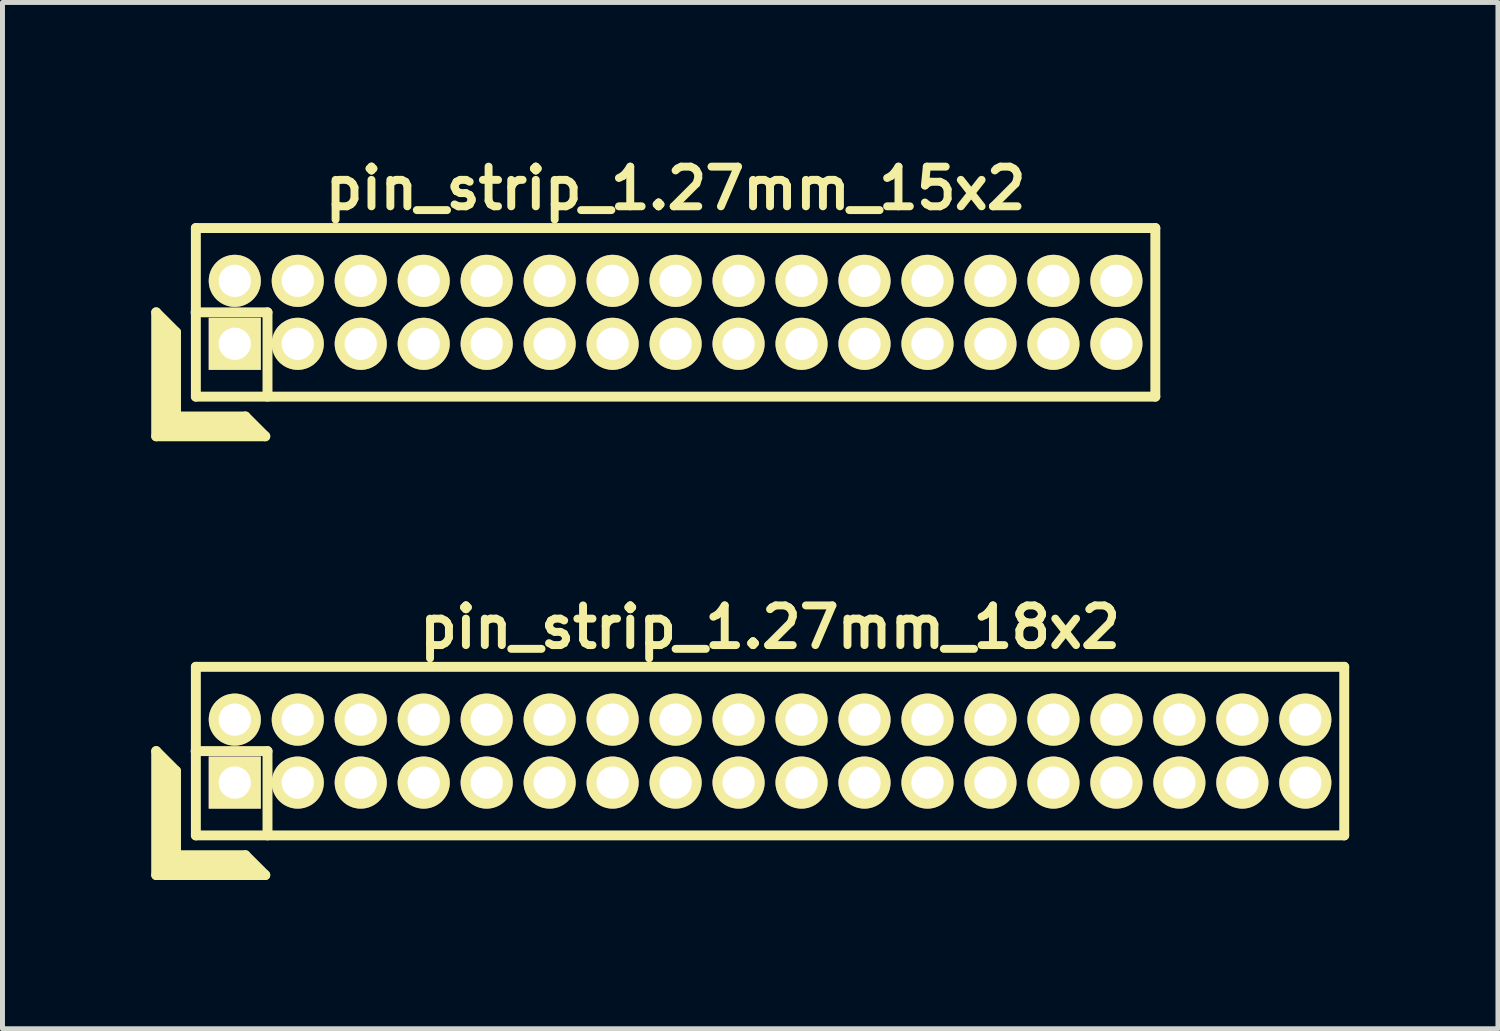
<source format=kicad_pcb>
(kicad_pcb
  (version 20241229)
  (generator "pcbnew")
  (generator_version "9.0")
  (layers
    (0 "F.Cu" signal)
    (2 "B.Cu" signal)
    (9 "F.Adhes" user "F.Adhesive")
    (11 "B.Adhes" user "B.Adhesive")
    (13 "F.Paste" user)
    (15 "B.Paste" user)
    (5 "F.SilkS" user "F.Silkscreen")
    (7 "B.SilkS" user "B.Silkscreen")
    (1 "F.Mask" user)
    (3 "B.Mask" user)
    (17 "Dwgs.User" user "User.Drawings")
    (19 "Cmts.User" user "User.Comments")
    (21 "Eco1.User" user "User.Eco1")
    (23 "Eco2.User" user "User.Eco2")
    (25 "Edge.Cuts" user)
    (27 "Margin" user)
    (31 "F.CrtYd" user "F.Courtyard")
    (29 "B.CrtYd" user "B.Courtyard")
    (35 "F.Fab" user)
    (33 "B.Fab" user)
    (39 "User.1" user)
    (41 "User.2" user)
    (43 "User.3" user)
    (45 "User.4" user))
  (footprint "pin_strip_1.27mm_18x2"
    (layer "F.Cu")
    (at 12.48 12.098)
    (property "Reference" "pin_strip_1.27mm_18x2" (at 0 -2.5 0) (layer "F.SilkS") (effects (font (size 0.8 0.8) (thickness 0.16))))
    (attr through_hole)
    (fp_line (start -12.38 0) (end -12.38 2.5) (stroke (width 0.2) (type solid)) (layer "F.SilkS"))
    (fp_line (start -12.38 0) (end -11.98 0.4) (stroke (width 0.2) (type solid)) (layer "F.SilkS"))
    (fp_line (start -12.38 2.5) (end -10.18 2.5) (stroke (width 0.2) (type solid)) (layer "F.SilkS"))
    (fp_line (start -12.28 2.4) (end -12.28 0.2) (stroke (width 0.2) (type solid)) (layer "F.SilkS"))
    (fp_line (start -12.28 2.4) (end -10.38 2.4) (stroke (width 0.2) (type solid)) (layer "F.SilkS"))
    (fp_line (start -12.18 2.3) (end -12.18 0.3) (stroke (width 0.2) (type solid)) (layer "F.SilkS"))
    (fp_line (start -12.18 2.3) (end -10.48 2.3) (stroke (width 0.2) (type solid)) (layer "F.SilkS"))
    (fp_line (start -12.08 2.2) (end -12.08 0.4) (stroke (width 0.2) (type solid)) (layer "F.SilkS"))
    (fp_line (start -12.08 2.2) (end -10.58 2.2) (stroke (width 0.2) (type solid)) (layer "F.SilkS"))
    (fp_line (start -11.98 2.1) (end -11.98 0.4) (stroke (width 0.2) (type solid)) (layer "F.SilkS"))
    (fp_line (start -11.98 2.1) (end -10.58 2.1) (stroke (width 0.2) (type solid)) (layer "F.SilkS"))
    (fp_line (start -11.585 0) (end -10.135 0) (stroke (width 0.2) (type solid)) (layer "F.SilkS"))
    (fp_line (start -11.58 -1.7) (end 11.58 -1.7) (stroke (width 0.2) (type solid)) (layer "F.SilkS"))
    (fp_line (start -11.58 1.7) (end -11.58 -1.7) (stroke (width 0.2) (type solid)) (layer "F.SilkS"))
    (fp_line (start -10.58 2.1) (end -10.18 2.5) (stroke (width 0.2) (type solid)) (layer "F.SilkS"))
    (fp_line (start -10.135 0) (end -10.135 1.7) (stroke (width 0.2) (type solid)) (layer "F.SilkS"))
    (fp_line (start 11.58 -1.7) (end 11.58 1.7) (stroke (width 0.2) (type solid)) (layer "F.SilkS"))
    (fp_line (start 11.58 1.7) (end -11.58 1.7) (stroke (width 0.2) (type solid)) (layer "F.SilkS"))
    (pad "1" thru_hole rect (at -10.795 0.635) (size 1.05 1.05) (drill 0.65) (layers "*.Cu" "*.Mask" "F.SilkS"))
    (pad "2" thru_hole oval (at -10.795 -0.635) (size 1.05 1.05) (drill 0.65) (layers "*.Cu" "*.Mask" "F.SilkS"))
    (pad "3" thru_hole oval (at -9.525 0.635) (size 1.05 1.05) (drill 0.65) (layers "*.Cu" "*.Mask" "F.SilkS"))
    (pad "4" thru_hole oval (at -9.525 -0.635) (size 1.05 1.05) (drill 0.65) (layers "*.Cu" "*.Mask" "F.SilkS"))
    (pad "5" thru_hole oval (at -8.255 0.635) (size 1.05 1.05) (drill 0.65) (layers "*.Cu" "*.Mask" "F.SilkS"))
    (pad "6" thru_hole oval (at -8.255 -0.635) (size 1.05 1.05) (drill 0.65) (layers "*.Cu" "*.Mask" "F.SilkS"))
    (pad "7" thru_hole oval (at -6.985 0.635) (size 1.05 1.05) (drill 0.65) (layers "*.Cu" "*.Mask" "F.SilkS"))
    (pad "8" thru_hole oval (at -6.985 -0.635) (size 1.05 1.05) (drill 0.65) (layers "*.Cu" "*.Mask" "F.SilkS"))
    (pad "9" thru_hole oval (at -5.715 0.635) (size 1.05 1.05) (drill 0.65) (layers "*.Cu" "*.Mask" "F.SilkS"))
    (pad "10" thru_hole oval (at -5.715 -0.635) (size 1.05 1.05) (drill 0.65) (layers "*.Cu" "*.Mask" "F.SilkS"))
    (pad "11" thru_hole oval (at -4.445 0.635) (size 1.05 1.05) (drill 0.65) (layers "*.Cu" "*.Mask" "F.SilkS"))
    (pad "12" thru_hole oval (at -4.445 -0.635) (size 1.05 1.05) (drill 0.65) (layers "*.Cu" "*.Mask" "F.SilkS"))
    (pad "13" thru_hole oval (at -3.175 0.635) (size 1.05 1.05) (drill 0.65) (layers "*.Cu" "*.Mask" "F.SilkS"))
    (pad "14" thru_hole oval (at -3.175 -0.635) (size 1.05 1.05) (drill 0.65) (layers "*.Cu" "*.Mask" "F.SilkS"))
    (pad "15" thru_hole oval (at -1.905 0.635) (size 1.05 1.05) (drill 0.65) (layers "*.Cu" "*.Mask" "F.SilkS"))
    (pad "16" thru_hole oval (at -1.905 -0.635) (size 1.05 1.05) (drill 0.65) (layers "*.Cu" "*.Mask" "F.SilkS"))
    (pad "17" thru_hole oval (at -0.635 0.635) (size 1.05 1.05) (drill 0.65) (layers "*.Cu" "*.Mask" "F.SilkS"))
    (pad "18" thru_hole oval (at -0.635 -0.635) (size 1.05 1.05) (drill 0.65) (layers "*.Cu" "*.Mask" "F.SilkS"))
    (pad "19" thru_hole oval (at 0.635 0.635) (size 1.05 1.05) (drill 0.65) (layers "*.Cu" "*.Mask" "F.SilkS"))
    (pad "20" thru_hole oval (at 0.635 -0.635) (size 1.05 1.05) (drill 0.65) (layers "*.Cu" "*.Mask" "F.SilkS"))
    (pad "21" thru_hole oval (at 1.905 0.635) (size 1.05 1.05) (drill 0.65) (layers "*.Cu" "*.Mask" "F.SilkS"))
    (pad "22" thru_hole oval (at 1.905 -0.635) (size 1.05 1.05) (drill 0.65) (layers "*.Cu" "*.Mask" "F.SilkS"))
    (pad "23" thru_hole oval (at 3.175 0.635) (size 1.05 1.05) (drill 0.65) (layers "*.Cu" "*.Mask" "F.SilkS"))
    (pad "24" thru_hole oval (at 3.175 -0.635) (size 1.05 1.05) (drill 0.65) (layers "*.Cu" "*.Mask" "F.SilkS"))
    (pad "25" thru_hole oval (at 4.445 0.635) (size 1.05 1.05) (drill 0.65) (layers "*.Cu" "*.Mask" "F.SilkS"))
    (pad "26" thru_hole oval (at 4.445 -0.635) (size 1.05 1.05) (drill 0.65) (layers "*.Cu" "*.Mask" "F.SilkS"))
    (pad "27" thru_hole oval (at 5.715 0.635) (size 1.05 1.05) (drill 0.65) (layers "*.Cu" "*.Mask" "F.SilkS"))
    (pad "28" thru_hole oval (at 5.715 -0.635) (size 1.05 1.05) (drill 0.65) (layers "*.Cu" "*.Mask" "F.SilkS"))
    (pad "29" thru_hole oval (at 6.985 0.635) (size 1.05 1.05) (drill 0.65) (layers "*.Cu" "*.Mask" "F.SilkS"))
    (pad "30" thru_hole oval (at 6.985 -0.635) (size 1.05 1.05) (drill 0.65) (layers "*.Cu" "*.Mask" "F.SilkS"))
    (pad "31" thru_hole oval (at 8.255 0.635) (size 1.05 1.05) (drill 0.65) (layers "*.Cu" "*.Mask" "F.SilkS"))
    (pad "32" thru_hole oval (at 8.255 -0.635) (size 1.05 1.05) (drill 0.65) (layers "*.Cu" "*.Mask" "F.SilkS"))
    (pad "33" thru_hole oval (at 9.525 0.635) (size 1.05 1.05) (drill 0.65) (layers "*.Cu" "*.Mask" "F.SilkS"))
    (pad "34" thru_hole oval (at 9.525 -0.635) (size 1.05 1.05) (drill 0.65) (layers "*.Cu" "*.Mask" "F.SilkS"))
    (pad "35" thru_hole oval (at 10.795 0.635) (size 1.05 1.05) (drill 0.65) (layers "*.Cu" "*.Mask" "F.SilkS"))
    (pad "36" thru_hole oval (at 10.795 -0.635) (size 1.05 1.05) (drill 0.65) (layers "*.Cu" "*.Mask" "F.SilkS")))
  (footprint "pin_strip_1.27mm_15x2"
    (layer "F.Cu")
    (at 10.575 3.249)
    (property "Reference" "pin_strip_1.27mm_15x2" (at 0 -2.5 0) (layer "F.SilkS") (effects (font (size 0.8 0.8) (thickness 0.16))))
    (attr through_hole)
    (fp_line (start -10.475 0) (end -10.475 2.5) (stroke (width 0.2) (type solid)) (layer "F.SilkS"))
    (fp_line (start -10.475 0) (end -10.075 0.4) (stroke (width 0.2) (type solid)) (layer "F.SilkS"))
    (fp_line (start -10.475 2.5) (end -8.275 2.5) (stroke (width 0.2) (type solid)) (layer "F.SilkS"))
    (fp_line (start -10.375 2.4) (end -10.375 0.2) (stroke (width 0.2) (type solid)) (layer "F.SilkS"))
    (fp_line (start -10.375 2.4) (end -8.475 2.4) (stroke (width 0.2) (type solid)) (layer "F.SilkS"))
    (fp_line (start -10.275 2.3) (end -10.275 0.3) (stroke (width 0.2) (type solid)) (layer "F.SilkS"))
    (fp_line (start -10.275 2.3) (end -8.575 2.3) (stroke (width 0.2) (type solid)) (layer "F.SilkS"))
    (fp_line (start -10.175 2.2) (end -10.175 0.4) (stroke (width 0.2) (type solid)) (layer "F.SilkS"))
    (fp_line (start -10.175 2.2) (end -8.675 2.2) (stroke (width 0.2) (type solid)) (layer "F.SilkS"))
    (fp_line (start -10.075 2.1) (end -10.075 0.4) (stroke (width 0.2) (type solid)) (layer "F.SilkS"))
    (fp_line (start -10.075 2.1) (end -8.675 2.1) (stroke (width 0.2) (type solid)) (layer "F.SilkS"))
    (fp_line (start -9.68 0) (end -8.23 0) (stroke (width 0.2) (type solid)) (layer "F.SilkS"))
    (fp_line (start -9.675 -1.7) (end 9.675 -1.7) (stroke (width 0.2) (type solid)) (layer "F.SilkS"))
    (fp_line (start -9.675 1.7) (end -9.675 -1.7) (stroke (width 0.2) (type solid)) (layer "F.SilkS"))
    (fp_line (start -8.675 2.1) (end -8.275 2.5) (stroke (width 0.2) (type solid)) (layer "F.SilkS"))
    (fp_line (start -8.23 0) (end -8.23 1.7) (stroke (width 0.2) (type solid)) (layer "F.SilkS"))
    (fp_line (start 9.675 -1.7) (end 9.675 1.7) (stroke (width 0.2) (type solid)) (layer "F.SilkS"))
    (fp_line (start 9.675 1.7) (end -9.675 1.7) (stroke (width 0.2) (type solid)) (layer "F.SilkS"))
    (pad "1" thru_hole rect (at -8.89 0.635) (size 1.05 1.05) (drill 0.65) (layers "*.Cu" "*.Mask" "F.SilkS"))
    (pad "2" thru_hole oval (at -8.89 -0.635) (size 1.05 1.05) (drill 0.65) (layers "*.Cu" "*.Mask" "F.SilkS"))
    (pad "3" thru_hole oval (at -7.62 0.635) (size 1.05 1.05) (drill 0.65) (layers "*.Cu" "*.Mask" "F.SilkS"))
    (pad "4" thru_hole oval (at -7.62 -0.635) (size 1.05 1.05) (drill 0.65) (layers "*.Cu" "*.Mask" "F.SilkS"))
    (pad "5" thru_hole oval (at -6.35 0.635) (size 1.05 1.05) (drill 0.65) (layers "*.Cu" "*.Mask" "F.SilkS"))
    (pad "6" thru_hole oval (at -6.35 -0.635) (size 1.05 1.05) (drill 0.65) (layers "*.Cu" "*.Mask" "F.SilkS"))
    (pad "7" thru_hole oval (at -5.08 0.635) (size 1.05 1.05) (drill 0.65) (layers "*.Cu" "*.Mask" "F.SilkS"))
    (pad "8" thru_hole oval (at -5.08 -0.635) (size 1.05 1.05) (drill 0.65) (layers "*.Cu" "*.Mask" "F.SilkS"))
    (pad "9" thru_hole oval (at -3.81 0.635) (size 1.05 1.05) (drill 0.65) (layers "*.Cu" "*.Mask" "F.SilkS"))
    (pad "10" thru_hole oval (at -3.81 -0.635) (size 1.05 1.05) (drill 0.65) (layers "*.Cu" "*.Mask" "F.SilkS"))
    (pad "11" thru_hole oval (at -2.54 0.635) (size 1.05 1.05) (drill 0.65) (layers "*.Cu" "*.Mask" "F.SilkS"))
    (pad "12" thru_hole oval (at -2.54 -0.635) (size 1.05 1.05) (drill 0.65) (layers "*.Cu" "*.Mask" "F.SilkS"))
    (pad "13" thru_hole oval (at -1.27 0.635) (size 1.05 1.05) (drill 0.65) (layers "*.Cu" "*.Mask" "F.SilkS"))
    (pad "14" thru_hole oval (at -1.27 -0.635) (size 1.05 1.05) (drill 0.65) (layers "*.Cu" "*.Mask" "F.SilkS"))
    (pad "15" thru_hole oval (at 0 0.635) (size 1.05 1.05) (drill 0.65) (layers "*.Cu" "*.Mask" "F.SilkS"))
    (pad "16" thru_hole oval (at 0 -0.635) (size 1.05 1.05) (drill 0.65) (layers "*.Cu" "*.Mask" "F.SilkS"))
    (pad "17" thru_hole oval (at 1.27 0.635) (size 1.05 1.05) (drill 0.65) (layers "*.Cu" "*.Mask" "F.SilkS"))
    (pad "18" thru_hole oval (at 1.27 -0.635) (size 1.05 1.05) (drill 0.65) (layers "*.Cu" "*.Mask" "F.SilkS"))
    (pad "19" thru_hole oval (at 2.54 0.635) (size 1.05 1.05) (drill 0.65) (layers "*.Cu" "*.Mask" "F.SilkS"))
    (pad "20" thru_hole oval (at 2.54 -0.635) (size 1.05 1.05) (drill 0.65) (layers "*.Cu" "*.Mask" "F.SilkS"))
    (pad "21" thru_hole oval (at 3.81 0.635) (size 1.05 1.05) (drill 0.65) (layers "*.Cu" "*.Mask" "F.SilkS"))
    (pad "22" thru_hole oval (at 3.81 -0.635) (size 1.05 1.05) (drill 0.65) (layers "*.Cu" "*.Mask" "F.SilkS"))
    (pad "23" thru_hole oval (at 5.08 0.635) (size 1.05 1.05) (drill 0.65) (layers "*.Cu" "*.Mask" "F.SilkS"))
    (pad "24" thru_hole oval (at 5.08 -0.635) (size 1.05 1.05) (drill 0.65) (layers "*.Cu" "*.Mask" "F.SilkS"))
    (pad "25" thru_hole oval (at 6.35 0.635) (size 1.05 1.05) (drill 0.65) (layers "*.Cu" "*.Mask" "F.SilkS"))
    (pad "26" thru_hole oval (at 6.35 -0.635) (size 1.05 1.05) (drill 0.65) (layers "*.Cu" "*.Mask" "F.SilkS"))
    (pad "27" thru_hole oval (at 7.62 0.635) (size 1.05 1.05) (drill 0.65) (layers "*.Cu" "*.Mask" "F.SilkS"))
    (pad "28" thru_hole oval (at 7.62 -0.635) (size 1.05 1.05) (drill 0.65) (layers "*.Cu" "*.Mask" "F.SilkS"))
    (pad "29" thru_hole oval (at 8.89 0.635) (size 1.05 1.05) (drill 0.65) (layers "*.Cu" "*.Mask" "F.SilkS"))
    (pad "30" thru_hole oval (at 8.89 -0.635) (size 1.05 1.05) (drill 0.65) (layers "*.Cu" "*.Mask" "F.SilkS")))
  (gr_rect
    (start -3 -3)
    (end 27.16 17.698)
    (stroke (width 0.1) (type default))
    (fill no)
    (layer "Edge.Cuts")))
</source>
